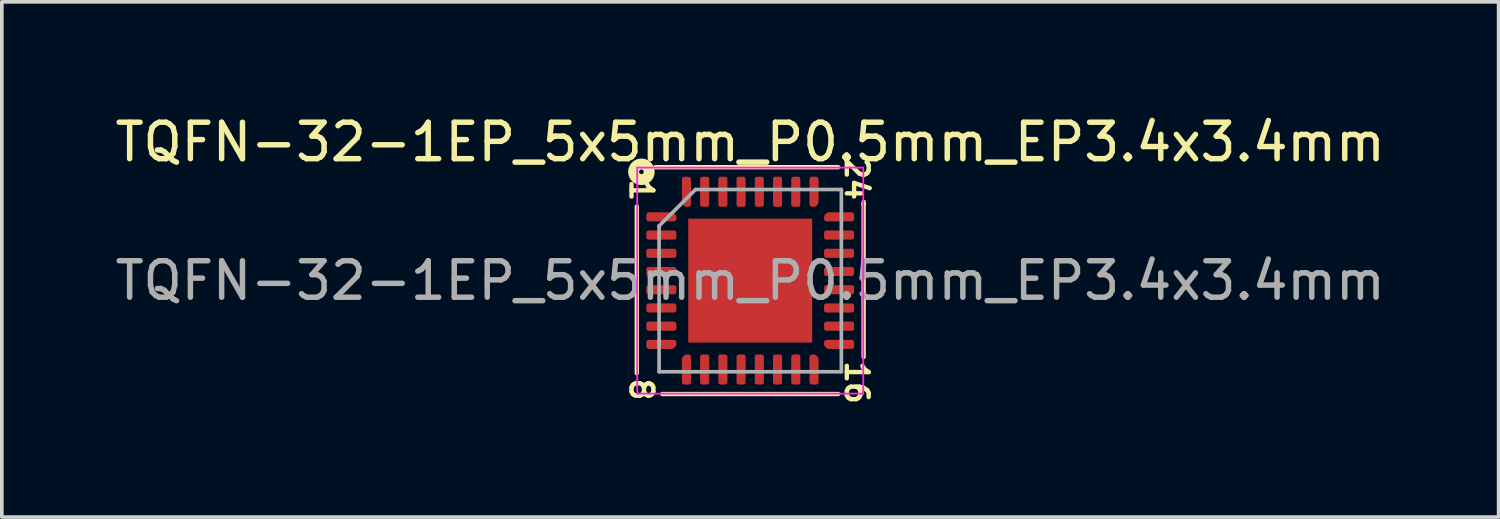
<source format=kicad_pcb>
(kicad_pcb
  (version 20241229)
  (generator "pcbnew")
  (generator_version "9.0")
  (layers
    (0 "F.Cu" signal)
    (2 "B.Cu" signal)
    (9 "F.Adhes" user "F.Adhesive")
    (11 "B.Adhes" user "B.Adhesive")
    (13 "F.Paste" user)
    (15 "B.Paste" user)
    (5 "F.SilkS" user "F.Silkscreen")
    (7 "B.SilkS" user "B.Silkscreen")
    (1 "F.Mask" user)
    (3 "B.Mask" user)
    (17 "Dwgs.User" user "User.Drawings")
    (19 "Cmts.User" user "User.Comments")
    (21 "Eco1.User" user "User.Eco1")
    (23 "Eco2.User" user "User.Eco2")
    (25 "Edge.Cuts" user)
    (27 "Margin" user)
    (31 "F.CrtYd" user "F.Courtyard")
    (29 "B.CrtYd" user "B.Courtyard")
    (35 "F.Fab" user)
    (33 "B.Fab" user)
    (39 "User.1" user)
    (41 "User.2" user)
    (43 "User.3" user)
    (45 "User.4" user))
  (footprint "TQFN-32-1EP_5x5mm_P0.5mm_EP3.4x3.4mm"
    (layer "F.Cu")
    (at 17.53 4.648)
    (property "Reference" "TQFN-32-1EP_5x5mm_P0.5mm_EP3.4x3.4mm" (at 0 -3.8 0) (layer "F.SilkS") (effects (font (size 1 1) (thickness 0.15))))
    (attr smd)
    (fp_line (start -3.111 -2.032) (end -3.111 2.54) (stroke (width 0.12) (type solid)) (layer "F.SilkS"))
    (fp_line (start -2.413 3.111) (end 2.413 3.111) (stroke (width 0.12) (type solid)) (layer "F.SilkS"))
    (fp_line (start 2.413 -3.111) (end -2.603 -3.111) (stroke (width 0.12) (type solid)) (layer "F.SilkS"))
    (fp_line (start 3.111 -2.095) (end 3.111 -2.159) (stroke (width 0.12) (type solid)) (layer "F.SilkS"))
    (fp_line (start 3.111 2.095) (end 3.111 -2.095) (stroke (width 0.12) (type solid)) (layer "F.SilkS"))
    (fp_circle (center -2.985 -2.985) (end -2.921 -2.985) (stroke (width 0.3) (type solid)) (fill no) (layer "F.SilkS"))
    (fp_line (start -3.1 -3.1) (end -3.1 3.1) (stroke (width 0.05) (type solid)) (layer "F.CrtYd"))
    (fp_line (start -3.1 3.1) (end 3.1 3.1) (stroke (width 0.05) (type solid)) (layer "F.CrtYd"))
    (fp_line (start 3.1 -3.1) (end -3.1 -3.1) (stroke (width 0.05) (type solid)) (layer "F.CrtYd"))
    (fp_line (start 3.1 3.1) (end 3.1 -3.1) (stroke (width 0.05) (type solid)) (layer "F.CrtYd"))
    (fp_line (start -2.5 -1.5) (end -1.5 -2.5) (stroke (width 0.1) (type solid)) (layer "F.Fab"))
    (fp_line (start -2.5 2.5) (end -2.5 -1.5) (stroke (width 0.1) (type solid)) (layer "F.Fab"))
    (fp_line (start -1.5 -2.5) (end 2.5 -2.5) (stroke (width 0.1) (type solid)) (layer "F.Fab"))
    (fp_line (start 2.5 -2.5) (end 2.5 2.5) (stroke (width 0.1) (type solid)) (layer "F.Fab"))
    (fp_line (start 2.5 2.5) (end -2.5 2.5) (stroke (width 0.1) (type solid)) (layer "F.Fab"))
    (fp_text user "1" (at -2.985 -2.477 270) (unlocked yes) (layer "F.SilkS") (effects (font (size 0.6 0.6) (thickness 0.12))))
    (fp_text user "8" (at -2.985 2.985 270) (unlocked yes) (layer "F.SilkS") (effects (font (size 0.6 0.6) (thickness 0.12))))
    (fp_text user "16" (at 2.921 2.794 270) (unlocked yes) (layer "F.SilkS") (effects (font (size 0.6 0.6) (thickness 0.12))))
    (fp_text user "24" (at 2.921 -2.794 270) (unlocked yes) (layer "F.SilkS") (effects (font (size 0.6 0.6) (thickness 0.12))))
    (fp_text user "${REFERENCE}" (at 0 0 0) (layer "F.Fab") (effects (font (size 1 1) (thickness 0.15))))
    (pad "" smd roundrect (at -0.85 -0.85) (size 1.37 1.37) (layers "F.Paste") (roundrect_rratio 0.182))
    (pad "" smd roundrect (at -0.85 0.85) (size 1.37 1.37) (layers "F.Paste") (roundrect_rratio 0.182))
    (pad "" smd roundrect (at 0.85 -0.85) (size 1.37 1.37) (layers "F.Paste") (roundrect_rratio 0.182))
    (pad "" smd roundrect (at 0.85 0.85) (size 1.37 1.37) (layers "F.Paste") (roundrect_rratio 0.182))
    (pad "1" smd custom (at -2.438 -1.75) (size 0.186 0.186) (layers "F.Cu" "F.Mask" "F.Paste") (options (anchor circle)) (primitives (gr_poly (pts (xy 0.35 -0.009) (xy 0.35 0.062) (xy -0.35 0.062) (xy -0.35 -0.062) (xy 0.297 -0.062)) (width 0.125) (fill yes))))
    (pad "2" smd roundrect (at -2.438 -1.25) (size 0.825 0.25) (layers "F.Cu" "F.Mask" "F.Paste") (roundrect_rratio 0.25))
    (pad "3" smd roundrect (at -2.438 -0.75) (size 0.825 0.25) (layers "F.Cu" "F.Mask" "F.Paste") (roundrect_rratio 0.25))
    (pad "4" smd roundrect (at -2.438 -0.25) (size 0.825 0.25) (layers "F.Cu" "F.Mask" "F.Paste") (roundrect_rratio 0.25))
    (pad "5" smd roundrect (at -2.438 0.25) (size 0.825 0.25) (layers "F.Cu" "F.Mask" "F.Paste") (roundrect_rratio 0.25))
    (pad "6" smd roundrect (at -2.438 0.75) (size 0.825 0.25) (layers "F.Cu" "F.Mask" "F.Paste") (roundrect_rratio 0.25))
    (pad "7" smd roundrect (at -2.438 1.25) (size 0.825 0.25) (layers "F.Cu" "F.Mask" "F.Paste") (roundrect_rratio 0.25))
    (pad "8" smd custom (at -2.438 1.75) (size 0.186 0.186) (layers "F.Cu" "F.Mask" "F.Paste") (options (anchor circle)) (primitives (gr_poly (pts (xy 0.35 0.009) (xy 0.297 0.062) (xy -0.35 0.062) (xy -0.35 -0.062) (xy 0.35 -0.062)) (width 0.125) (fill yes))))
    (pad "9" smd custom (at -1.75 2.438) (size 0.186 0.186) (layers "F.Cu" "F.Mask" "F.Paste") (options (anchor circle)) (primitives (gr_poly (pts (xy 0.062 0.35) (xy -0.062 0.35) (xy -0.062 -0.297) (xy -0.009 -0.35) (xy 0.062 -0.35)) (width 0.125) (fill yes))))
    (pad "10" smd roundrect (at -1.25 2.438) (size 0.25 0.825) (layers "F.Cu" "F.Mask" "F.Paste") (roundrect_rratio 0.25))
    (pad "11" smd roundrect (at -0.75 2.438) (size 0.25 0.825) (layers "F.Cu" "F.Mask" "F.Paste") (roundrect_rratio 0.25))
    (pad "12" smd roundrect (at -0.25 2.438) (size 0.25 0.825) (layers "F.Cu" "F.Mask" "F.Paste") (roundrect_rratio 0.25))
    (pad "13" smd roundrect (at 0.25 2.438) (size 0.25 0.825) (layers "F.Cu" "F.Mask" "F.Paste") (roundrect_rratio 0.25))
    (pad "14" smd roundrect (at 0.75 2.438) (size 0.25 0.825) (layers "F.Cu" "F.Mask" "F.Paste") (roundrect_rratio 0.25))
    (pad "15" smd roundrect (at 1.25 2.438) (size 0.25 0.825) (layers "F.Cu" "F.Mask" "F.Paste") (roundrect_rratio 0.25))
    (pad "16" smd custom (at 1.75 2.438) (size 0.186 0.186) (layers "F.Cu" "F.Mask" "F.Paste") (options (anchor circle)) (primitives (gr_poly (pts (xy 0.062 -0.297) (xy 0.062 0.35) (xy -0.062 0.35) (xy -0.062 -0.35) (xy 0.009 -0.35)) (width 0.125) (fill yes))))
    (pad "17" smd custom (at 2.438 1.75) (size 0.186 0.186) (layers "F.Cu" "F.Mask" "F.Paste") (options (anchor circle)) (primitives (gr_poly (pts (xy 0.35 0.062) (xy -0.297 0.062) (xy -0.35 0.009) (xy -0.35 -0.062) (xy 0.35 -0.062)) (width 0.125) (fill yes))))
    (pad "18" smd roundrect (at 2.438 1.25) (size 0.825 0.25) (layers "F.Cu" "F.Mask" "F.Paste") (roundrect_rratio 0.25))
    (pad "19" smd roundrect (at 2.438 0.75) (size 0.825 0.25) (layers "F.Cu" "F.Mask" "F.Paste") (roundrect_rratio 0.25))
    (pad "20" smd roundrect (at 2.438 0.25) (size 0.825 0.25) (layers "F.Cu" "F.Mask" "F.Paste") (roundrect_rratio 0.25))
    (pad "21" smd roundrect (at 2.438 -0.25) (size 0.825 0.25) (layers "F.Cu" "F.Mask" "F.Paste") (roundrect_rratio 0.25))
    (pad "22" smd roundrect (at 2.438 -0.75) (size 0.825 0.25) (layers "F.Cu" "F.Mask" "F.Paste") (roundrect_rratio 0.25))
    (pad "23" smd roundrect (at 2.438 -1.25) (size 0.825 0.25) (layers "F.Cu" "F.Mask" "F.Paste") (roundrect_rratio 0.25))
    (pad "24" smd custom (at 2.438 -1.75) (size 0.186 0.186) (layers "F.Cu" "F.Mask" "F.Paste") (options (anchor circle)) (primitives (gr_poly (pts (xy 0.35 0.062) (xy -0.35 0.062) (xy -0.35 -0.009) (xy -0.297 -0.062) (xy 0.35 -0.062)) (width 0.125) (fill yes))))
    (pad "25" smd custom (at 1.75 -2.438) (size 0.186 0.186) (layers "F.Cu" "F.Mask" "F.Paste") (options (anchor circle)) (primitives (gr_poly (pts (xy 0.062 0.297) (xy 0.009 0.35) (xy -0.062 0.35) (xy -0.062 -0.35) (xy 0.062 -0.35)) (width 0.125) (fill yes))))
    (pad "26" smd roundrect (at 1.25 -2.438) (size 0.25 0.825) (layers "F.Cu" "F.Mask" "F.Paste") (roundrect_rratio 0.25))
    (pad "27" smd roundrect (at 0.75 -2.438) (size 0.25 0.825) (layers "F.Cu" "F.Mask" "F.Paste") (roundrect_rratio 0.25))
    (pad "28" smd roundrect (at 0.25 -2.438) (size 0.25 0.825) (layers "F.Cu" "F.Mask" "F.Paste") (roundrect_rratio 0.25))
    (pad "29" smd roundrect (at -0.25 -2.438) (size 0.25 0.825) (layers "F.Cu" "F.Mask" "F.Paste") (roundrect_rratio 0.25))
    (pad "30" smd roundrect (at -0.75 -2.438) (size 0.25 0.825) (layers "F.Cu" "F.Mask" "F.Paste") (roundrect_rratio 0.25))
    (pad "31" smd roundrect (at -1.25 -2.438) (size 0.25 0.825) (layers "F.Cu" "F.Mask" "F.Paste") (roundrect_rratio 0.25))
    (pad "32" smd custom (at -1.75 -2.438) (size 0.186 0.186) (layers "F.Cu" "F.Mask" "F.Paste") (options (anchor circle)) (primitives (gr_poly (pts (xy 0.062 0.35) (xy -0.009 0.35) (xy -0.062 0.297) (xy -0.062 -0.35) (xy 0.062 -0.35)) (width 0.125) (fill yes))))
    (pad "33" smd rect (at 0 0) (size 3.4 3.4) (layers "F.Cu" "F.Mask")))
  (gr_rect
    (start -3 -3)
    (end 38.06 11.134)
    (stroke (width 0.1) (type default))
    (fill no)
    (layer "Edge.Cuts")))
</source>
